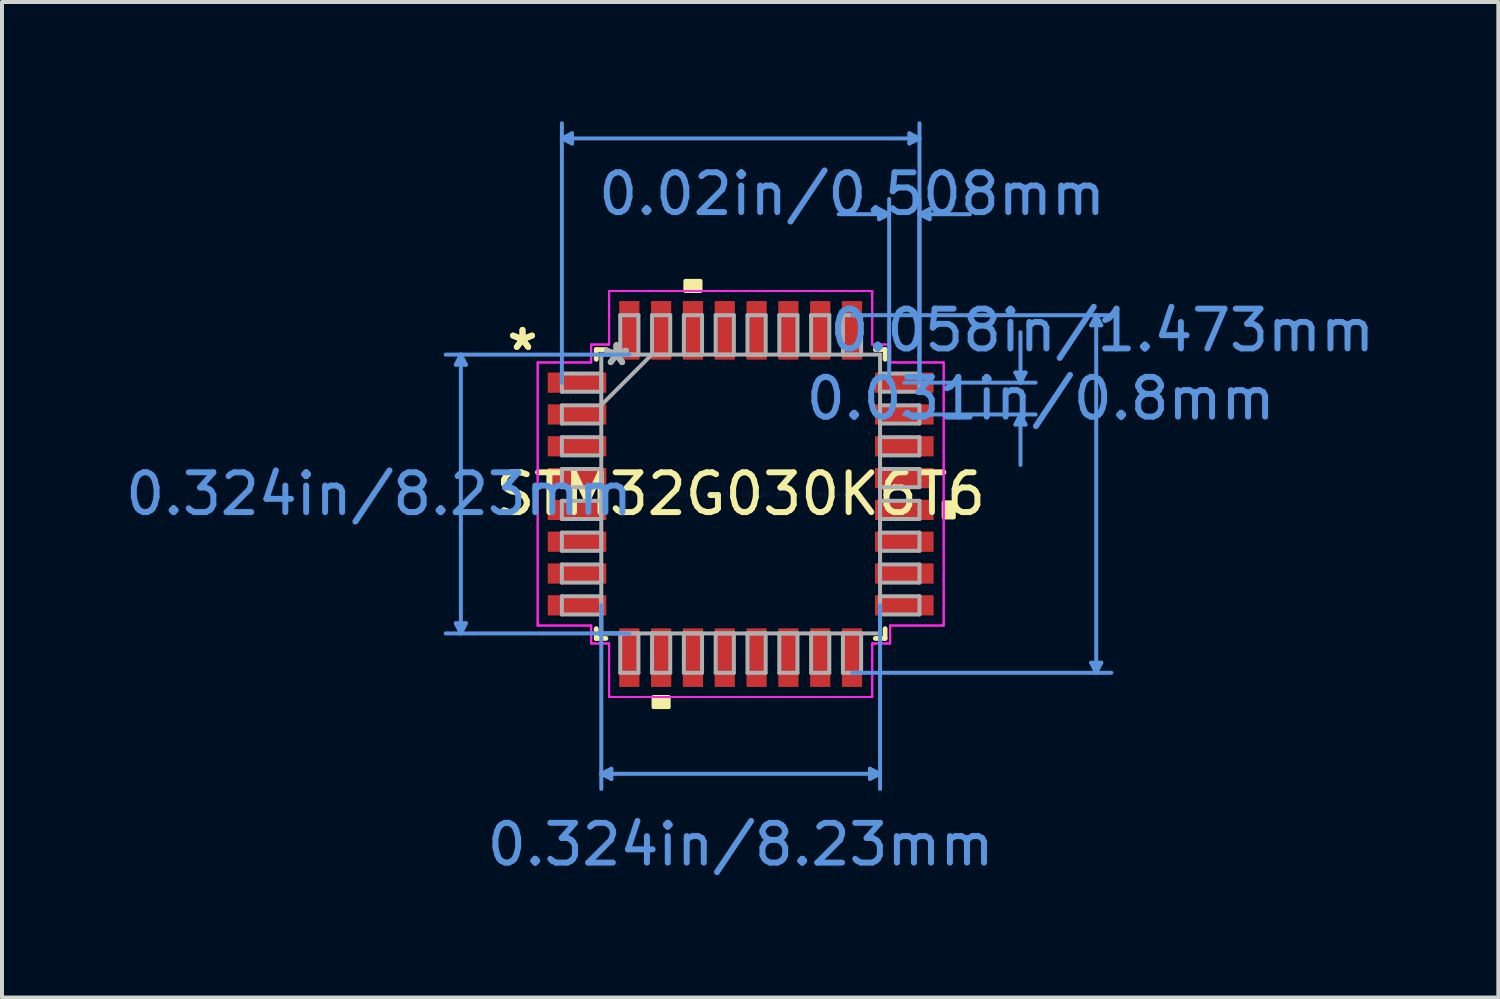
<source format=kicad_pcb>
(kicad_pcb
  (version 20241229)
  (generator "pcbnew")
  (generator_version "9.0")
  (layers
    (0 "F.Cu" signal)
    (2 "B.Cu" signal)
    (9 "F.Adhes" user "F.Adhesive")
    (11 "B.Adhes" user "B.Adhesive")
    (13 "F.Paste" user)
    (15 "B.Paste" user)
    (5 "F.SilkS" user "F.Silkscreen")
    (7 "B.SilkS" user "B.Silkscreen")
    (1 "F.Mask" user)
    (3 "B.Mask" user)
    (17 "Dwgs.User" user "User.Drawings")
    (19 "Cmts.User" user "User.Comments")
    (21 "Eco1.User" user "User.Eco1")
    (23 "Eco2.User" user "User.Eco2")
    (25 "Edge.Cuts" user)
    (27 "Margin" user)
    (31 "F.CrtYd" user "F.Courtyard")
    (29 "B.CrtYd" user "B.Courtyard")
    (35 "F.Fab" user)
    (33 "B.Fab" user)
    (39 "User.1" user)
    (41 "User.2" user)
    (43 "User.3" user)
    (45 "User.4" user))
  (footprint "STM32G030K6T6"
    (layer "F.Cu")
    (at 15.575 9.372)
    (property "Reference" "STM32G030K6T6" (at 0 0 0) (layer "F.SilkS") (effects (font (size 1 1) (thickness 0.15))))
    (attr through_hole)
    (fp_line (start -3.632 -3.632) (end -3.632 -3.387) (stroke (width 0.12) (type solid)) (layer "F.SilkS"))
    (fp_line (start -3.632 3.387) (end -3.632 3.632) (stroke (width 0.12) (type solid)) (layer "F.SilkS"))
    (fp_line (start -3.632 3.632) (end -3.387 3.632) (stroke (width 0.12) (type solid)) (layer "F.SilkS"))
    (fp_line (start -3.387 -3.632) (end -3.632 -3.632) (stroke (width 0.12) (type solid)) (layer "F.SilkS"))
    (fp_line (start 3.387 3.632) (end 3.632 3.632) (stroke (width 0.12) (type solid)) (layer "F.SilkS"))
    (fp_line (start 3.632 -3.632) (end 3.387 -3.632) (stroke (width 0.12) (type solid)) (layer "F.SilkS"))
    (fp_line (start 3.632 -3.387) (end 3.632 -3.632) (stroke (width 0.12) (type solid)) (layer "F.SilkS"))
    (fp_line (start 3.632 3.632) (end 3.632 3.387) (stroke (width 0.12) (type solid)) (layer "F.SilkS"))
    (fp_poly (pts (xy -2.191 5.105) (xy -2.191 5.359) (xy -1.81 5.359) (xy -1.81 5.105)) (stroke (width 0.1) (type solid)) (fill yes) (layer "F.SilkS"))
    (fp_poly (pts (xy -1.391 -5.105) (xy -1.391 -5.359) (xy -1.01 -5.359) (xy -1.01 -5.105)) (stroke (width 0.1) (type solid)) (fill yes) (layer "F.SilkS"))
    (fp_poly (pts (xy 5.359 0.209) (xy 5.359 0.59) (xy 5.105 0.59) (xy 5.105 0.209)) (stroke (width 0.1) (type solid)) (fill yes) (layer "F.SilkS"))
    (fp_line (start -7.163 -3.251) (end -6.909 -3.251) (stroke (width 0.1) (type solid)) (layer "Cmts.User"))
    (fp_line (start -7.163 3.251) (end -6.909 3.251) (stroke (width 0.1) (type solid)) (layer "Cmts.User"))
    (fp_line (start -7.036 -3.505) (end -7.163 -3.251) (stroke (width 0.1) (type solid)) (layer "Cmts.User"))
    (fp_line (start -7.036 -3.505) (end -7.036 3.505) (stroke (width 0.1) (type solid)) (layer "Cmts.User"))
    (fp_line (start -7.036 -3.505) (end -6.909 -3.251) (stroke (width 0.1) (type solid)) (layer "Cmts.User"))
    (fp_line (start -7.036 3.505) (end -7.163 3.251) (stroke (width 0.1) (type solid)) (layer "Cmts.User"))
    (fp_line (start -7.036 3.505) (end -6.909 3.251) (stroke (width 0.1) (type solid)) (layer "Cmts.User"))
    (fp_line (start -4.496 -8.941) (end -4.242 -9.068) (stroke (width 0.1) (type solid)) (layer "Cmts.User"))
    (fp_line (start -4.496 -8.941) (end -4.242 -8.814) (stroke (width 0.1) (type solid)) (layer "Cmts.User"))
    (fp_line (start -4.496 -8.941) (end 4.496 -8.941) (stroke (width 0.1) (type solid)) (layer "Cmts.User"))
    (fp_line (start -4.496 -2.8) (end -4.496 -9.322) (stroke (width 0.1) (type solid)) (layer "Cmts.User"))
    (fp_line (start -4.242 -9.068) (end -4.242 -8.814) (stroke (width 0.1) (type solid)) (layer "Cmts.User"))
    (fp_line (start -3.505 2.8) (end -3.505 7.417) (stroke (width 0.1) (type solid)) (layer "Cmts.User"))
    (fp_line (start -3.505 7.036) (end -3.251 6.909) (stroke (width 0.1) (type solid)) (layer "Cmts.User"))
    (fp_line (start -3.505 7.036) (end -3.251 7.163) (stroke (width 0.1) (type solid)) (layer "Cmts.User"))
    (fp_line (start -3.505 7.036) (end 3.505 7.036) (stroke (width 0.1) (type solid)) (layer "Cmts.User"))
    (fp_line (start -3.251 6.909) (end -3.251 7.163) (stroke (width 0.1) (type solid)) (layer "Cmts.User"))
    (fp_line (start -2.8 -3.505) (end -7.417 -3.505) (stroke (width 0.1) (type solid)) (layer "Cmts.User"))
    (fp_line (start -2.8 3.505) (end -7.417 3.505) (stroke (width 0.1) (type solid)) (layer "Cmts.User"))
    (fp_line (start 2.8 -4.496) (end 9.322 -4.496) (stroke (width 0.1) (type solid)) (layer "Cmts.User"))
    (fp_line (start 2.8 4.496) (end 9.322 4.496) (stroke (width 0.1) (type solid)) (layer "Cmts.User"))
    (fp_line (start 3.251 6.909) (end 3.251 7.163) (stroke (width 0.1) (type solid)) (layer "Cmts.User"))
    (fp_line (start 3.48 -7.163) (end 3.48 -6.909) (stroke (width 0.1) (type solid)) (layer "Cmts.User"))
    (fp_line (start 3.505 2.8) (end 3.505 7.417) (stroke (width 0.1) (type solid)) (layer "Cmts.User"))
    (fp_line (start 3.505 7.036) (end 3.251 6.909) (stroke (width 0.1) (type solid)) (layer "Cmts.User"))
    (fp_line (start 3.505 7.036) (end 3.251 7.163) (stroke (width 0.1) (type solid)) (layer "Cmts.User"))
    (fp_line (start 3.734 -7.036) (end 2.464 -7.036) (stroke (width 0.1) (type solid)) (layer "Cmts.User"))
    (fp_line (start 3.734 -7.036) (end 3.48 -7.163) (stroke (width 0.1) (type solid)) (layer "Cmts.User"))
    (fp_line (start 3.734 -7.036) (end 3.48 -6.909) (stroke (width 0.1) (type solid)) (layer "Cmts.User"))
    (fp_line (start 3.734 -2.8) (end 3.734 -7.417) (stroke (width 0.1) (type solid)) (layer "Cmts.User"))
    (fp_line (start 4.115 -2.8) (end 7.417 -2.8) (stroke (width 0.1) (type solid)) (layer "Cmts.User"))
    (fp_line (start 4.115 -2) (end 7.417 -2) (stroke (width 0.1) (type solid)) (layer "Cmts.User"))
    (fp_line (start 4.242 -9.068) (end 4.242 -8.814) (stroke (width 0.1) (type solid)) (layer "Cmts.User"))
    (fp_line (start 4.496 -8.941) (end 4.242 -9.068) (stroke (width 0.1) (type solid)) (layer "Cmts.User"))
    (fp_line (start 4.496 -8.941) (end 4.242 -8.814) (stroke (width 0.1) (type solid)) (layer "Cmts.User"))
    (fp_line (start 4.496 -7.036) (end 4.75 -7.163) (stroke (width 0.1) (type solid)) (layer "Cmts.User"))
    (fp_line (start 4.496 -7.036) (end 4.75 -6.909) (stroke (width 0.1) (type solid)) (layer "Cmts.User"))
    (fp_line (start 4.496 -7.036) (end 5.766 -7.036) (stroke (width 0.1) (type solid)) (layer "Cmts.User"))
    (fp_line (start 4.496 -2.8) (end 4.496 -9.322) (stroke (width 0.1) (type solid)) (layer "Cmts.User"))
    (fp_line (start 4.496 -2.8) (end 4.496 -7.417) (stroke (width 0.1) (type solid)) (layer "Cmts.User"))
    (fp_line (start 4.75 -7.163) (end 4.75 -6.909) (stroke (width 0.1) (type solid)) (layer "Cmts.User"))
    (fp_line (start 6.909 -3.054) (end 7.163 -3.054) (stroke (width 0.1) (type solid)) (layer "Cmts.User"))
    (fp_line (start 6.909 -1.746) (end 7.163 -1.746) (stroke (width 0.1) (type solid)) (layer "Cmts.User"))
    (fp_line (start 7.036 -2.8) (end 6.909 -3.054) (stroke (width 0.1) (type solid)) (layer "Cmts.User"))
    (fp_line (start 7.036 -2.8) (end 7.036 -4.07) (stroke (width 0.1) (type solid)) (layer "Cmts.User"))
    (fp_line (start 7.036 -2.8) (end 7.163 -3.054) (stroke (width 0.1) (type solid)) (layer "Cmts.User"))
    (fp_line (start 7.036 -2) (end 6.909 -1.746) (stroke (width 0.1) (type solid)) (layer "Cmts.User"))
    (fp_line (start 7.036 -2) (end 7.036 -0.73) (stroke (width 0.1) (type solid)) (layer "Cmts.User"))
    (fp_line (start 7.036 -2) (end 7.163 -1.746) (stroke (width 0.1) (type solid)) (layer "Cmts.User"))
    (fp_line (start 8.814 -4.242) (end 9.068 -4.242) (stroke (width 0.1) (type solid)) (layer "Cmts.User"))
    (fp_line (start 8.814 4.242) (end 9.068 4.242) (stroke (width 0.1) (type solid)) (layer "Cmts.User"))
    (fp_line (start 8.941 -4.496) (end 8.814 -4.242) (stroke (width 0.1) (type solid)) (layer "Cmts.User"))
    (fp_line (start 8.941 -4.496) (end 8.941 4.496) (stroke (width 0.1) (type solid)) (layer "Cmts.User"))
    (fp_line (start 8.941 -4.496) (end 9.068 -4.242) (stroke (width 0.1) (type solid)) (layer "Cmts.User"))
    (fp_line (start 8.941 4.496) (end 8.814 4.242) (stroke (width 0.1) (type solid)) (layer "Cmts.User"))
    (fp_line (start 8.941 4.496) (end 9.068 4.242) (stroke (width 0.1) (type solid)) (layer "Cmts.User"))
    (fp_line (start -5.105 -3.308) (end -3.759 -3.308) (stroke (width 0.05) (type solid)) (layer "F.CrtYd"))
    (fp_line (start -5.105 -3.308) (end -3.759 -3.308) (stroke (width 0.05) (type solid)) (layer "F.CrtYd"))
    (fp_line (start -5.105 3.308) (end -5.105 -3.308) (stroke (width 0.05) (type solid)) (layer "F.CrtYd"))
    (fp_line (start -5.105 3.308) (end -5.105 -3.308) (stroke (width 0.05) (type solid)) (layer "F.CrtYd"))
    (fp_line (start -3.759 -3.759) (end -3.308 -3.759) (stroke (width 0.05) (type solid)) (layer "F.CrtYd"))
    (fp_line (start -3.759 -3.759) (end -3.308 -3.759) (stroke (width 0.05) (type solid)) (layer "F.CrtYd"))
    (fp_line (start -3.759 -3.308) (end -3.759 -3.759) (stroke (width 0.05) (type solid)) (layer "F.CrtYd"))
    (fp_line (start -3.759 -3.308) (end -3.759 -3.759) (stroke (width 0.05) (type solid)) (layer "F.CrtYd"))
    (fp_line (start -3.759 3.308) (end -5.105 3.308) (stroke (width 0.05) (type solid)) (layer "F.CrtYd"))
    (fp_line (start -3.759 3.308) (end -5.105 3.308) (stroke (width 0.05) (type solid)) (layer "F.CrtYd"))
    (fp_line (start -3.759 3.759) (end -3.759 3.308) (stroke (width 0.05) (type solid)) (layer "F.CrtYd"))
    (fp_line (start -3.759 3.759) (end -3.759 3.308) (stroke (width 0.05) (type solid)) (layer "F.CrtYd"))
    (fp_line (start -3.759 3.759) (end -3.308 3.759) (stroke (width 0.05) (type solid)) (layer "F.CrtYd"))
    (fp_line (start -3.308 -5.105) (end 3.308 -5.105) (stroke (width 0.05) (type solid)) (layer "F.CrtYd"))
    (fp_line (start -3.308 -5.105) (end 3.308 -5.105) (stroke (width 0.05) (type solid)) (layer "F.CrtYd"))
    (fp_line (start -3.308 -3.759) (end -3.308 -5.105) (stroke (width 0.05) (type solid)) (layer "F.CrtYd"))
    (fp_line (start -3.308 -3.759) (end -3.308 -5.105) (stroke (width 0.05) (type solid)) (layer "F.CrtYd"))
    (fp_line (start -3.308 3.759) (end -3.759 3.759) (stroke (width 0.05) (type solid)) (layer "F.CrtYd"))
    (fp_line (start -3.308 3.759) (end -3.308 5.105) (stroke (width 0.05) (type solid)) (layer "F.CrtYd"))
    (fp_line (start -3.308 5.105) (end -3.308 3.759) (stroke (width 0.05) (type solid)) (layer "F.CrtYd"))
    (fp_line (start -3.308 5.105) (end 3.308 5.105) (stroke (width 0.05) (type solid)) (layer "F.CrtYd"))
    (fp_line (start 3.308 -5.105) (end 3.308 -3.759) (stroke (width 0.05) (type solid)) (layer "F.CrtYd"))
    (fp_line (start 3.308 -5.105) (end 3.308 -3.759) (stroke (width 0.05) (type solid)) (layer "F.CrtYd"))
    (fp_line (start 3.308 -3.759) (end 3.759 -3.759) (stroke (width 0.05) (type solid)) (layer "F.CrtYd"))
    (fp_line (start 3.308 -3.759) (end 3.759 -3.759) (stroke (width 0.05) (type solid)) (layer "F.CrtYd"))
    (fp_line (start 3.308 3.759) (end 3.308 5.105) (stroke (width 0.05) (type solid)) (layer "F.CrtYd"))
    (fp_line (start 3.308 3.759) (end 3.759 3.759) (stroke (width 0.05) (type solid)) (layer "F.CrtYd"))
    (fp_line (start 3.308 5.105) (end -3.308 5.105) (stroke (width 0.05) (type solid)) (layer "F.CrtYd"))
    (fp_line (start 3.308 5.105) (end 3.308 3.759) (stroke (width 0.05) (type solid)) (layer "F.CrtYd"))
    (fp_line (start 3.759 -3.759) (end 3.759 -3.308) (stroke (width 0.05) (type solid)) (layer "F.CrtYd"))
    (fp_line (start 3.759 -3.308) (end 3.759 -3.759) (stroke (width 0.05) (type solid)) (layer "F.CrtYd"))
    (fp_line (start 3.759 -3.308) (end 5.105 -3.308) (stroke (width 0.05) (type solid)) (layer "F.CrtYd"))
    (fp_line (start 3.759 3.308) (end 3.759 3.759) (stroke (width 0.05) (type solid)) (layer "F.CrtYd"))
    (fp_line (start 3.759 3.308) (end 5.105 3.308) (stroke (width 0.05) (type solid)) (layer "F.CrtYd"))
    (fp_line (start 3.759 3.759) (end 3.308 3.759) (stroke (width 0.05) (type solid)) (layer "F.CrtYd"))
    (fp_line (start 3.759 3.759) (end 3.759 3.308) (stroke (width 0.05) (type solid)) (layer "F.CrtYd"))
    (fp_line (start 5.105 -3.308) (end 3.759 -3.308) (stroke (width 0.05) (type solid)) (layer "F.CrtYd"))
    (fp_line (start 5.105 -3.308) (end 5.105 3.308) (stroke (width 0.05) (type solid)) (layer "F.CrtYd"))
    (fp_line (start 5.105 3.308) (end 3.759 3.308) (stroke (width 0.05) (type solid)) (layer "F.CrtYd"))
    (fp_line (start 5.105 3.308) (end 5.105 -3.308) (stroke (width 0.05) (type solid)) (layer "F.CrtYd"))
    (fp_line (start -4.496 -3.029) (end -4.496 -2.571) (stroke (width 0.1) (type solid)) (layer "F.Fab"))
    (fp_line (start -4.496 -2.571) (end -3.505 -2.571) (stroke (width 0.1) (type solid)) (layer "F.Fab"))
    (fp_line (start -4.496 -2.229) (end -4.496 -1.771) (stroke (width 0.1) (type solid)) (layer "F.Fab"))
    (fp_line (start -4.496 -1.771) (end -3.505 -1.771) (stroke (width 0.1) (type solid)) (layer "F.Fab"))
    (fp_line (start -4.496 -1.429) (end -4.496 -0.971) (stroke (width 0.1) (type solid)) (layer "F.Fab"))
    (fp_line (start -4.496 -0.971) (end -3.505 -0.971) (stroke (width 0.1) (type solid)) (layer "F.Fab"))
    (fp_line (start -4.496 -0.629) (end -4.496 -0.171) (stroke (width 0.1) (type solid)) (layer "F.Fab"))
    (fp_line (start -4.496 -0.171) (end -3.505 -0.171) (stroke (width 0.1) (type solid)) (layer "F.Fab"))
    (fp_line (start -4.496 0.171) (end -4.496 0.629) (stroke (width 0.1) (type solid)) (layer "F.Fab"))
    (fp_line (start -4.496 0.629) (end -3.505 0.629) (stroke (width 0.1) (type solid)) (layer "F.Fab"))
    (fp_line (start -4.496 0.971) (end -4.496 1.429) (stroke (width 0.1) (type solid)) (layer "F.Fab"))
    (fp_line (start -4.496 1.429) (end -3.505 1.429) (stroke (width 0.1) (type solid)) (layer "F.Fab"))
    (fp_line (start -4.496 1.771) (end -4.496 2.229) (stroke (width 0.1) (type solid)) (layer "F.Fab"))
    (fp_line (start -4.496 2.229) (end -3.505 2.229) (stroke (width 0.1) (type solid)) (layer "F.Fab"))
    (fp_line (start -4.496 2.571) (end -4.496 3.029) (stroke (width 0.1) (type solid)) (layer "F.Fab"))
    (fp_line (start -4.496 3.029) (end -3.505 3.029) (stroke (width 0.1) (type solid)) (layer "F.Fab"))
    (fp_line (start -3.505 -3.505) (end -3.505 -3.505) (stroke (width 0.1) (type solid)) (layer "F.Fab"))
    (fp_line (start -3.505 -3.505) (end -3.505 3.505) (stroke (width 0.1) (type solid)) (layer "F.Fab"))
    (fp_line (start -3.505 -3.029) (end -4.496 -3.029) (stroke (width 0.1) (type solid)) (layer "F.Fab"))
    (fp_line (start -3.505 -2.571) (end -3.505 -3.029) (stroke (width 0.1) (type solid)) (layer "F.Fab"))
    (fp_line (start -3.505 -2.235) (end -2.235 -3.505) (stroke (width 0.1) (type solid)) (layer "F.Fab"))
    (fp_line (start -3.505 -2.229) (end -4.496 -2.229) (stroke (width 0.1) (type solid)) (layer "F.Fab"))
    (fp_line (start -3.505 -1.771) (end -3.505 -2.229) (stroke (width 0.1) (type solid)) (layer "F.Fab"))
    (fp_line (start -3.505 -1.429) (end -4.496 -1.429) (stroke (width 0.1) (type solid)) (layer "F.Fab"))
    (fp_line (start -3.505 -0.971) (end -3.505 -1.429) (stroke (width 0.1) (type solid)) (layer "F.Fab"))
    (fp_line (start -3.505 -0.629) (end -4.496 -0.629) (stroke (width 0.1) (type solid)) (layer "F.Fab"))
    (fp_line (start -3.505 -0.171) (end -3.505 -0.629) (stroke (width 0.1) (type solid)) (layer "F.Fab"))
    (fp_line (start -3.505 0.171) (end -4.496 0.171) (stroke (width 0.1) (type solid)) (layer "F.Fab"))
    (fp_line (start -3.505 0.629) (end -3.505 0.171) (stroke (width 0.1) (type solid)) (layer "F.Fab"))
    (fp_line (start -3.505 0.971) (end -4.496 0.971) (stroke (width 0.1) (type solid)) (layer "F.Fab"))
    (fp_line (start -3.505 1.429) (end -3.505 0.971) (stroke (width 0.1) (type solid)) (layer "F.Fab"))
    (fp_line (start -3.505 1.771) (end -4.496 1.771) (stroke (width 0.1) (type solid)) (layer "F.Fab"))
    (fp_line (start -3.505 2.229) (end -3.505 1.771) (stroke (width 0.1) (type solid)) (layer "F.Fab"))
    (fp_line (start -3.505 2.571) (end -4.496 2.571) (stroke (width 0.1) (type solid)) (layer "F.Fab"))
    (fp_line (start -3.505 3.029) (end -3.505 2.571) (stroke (width 0.1) (type solid)) (layer "F.Fab"))
    (fp_line (start -3.505 3.505) (end -3.505 3.505) (stroke (width 0.1) (type solid)) (layer "F.Fab"))
    (fp_line (start -3.505 3.505) (end 3.505 3.505) (stroke (width 0.1) (type solid)) (layer "F.Fab"))
    (fp_line (start -3.029 -4.496) (end -3.029 -3.505) (stroke (width 0.1) (type solid)) (layer "F.Fab"))
    (fp_line (start -3.029 -3.505) (end -2.571 -3.505) (stroke (width 0.1) (type solid)) (layer "F.Fab"))
    (fp_line (start -3.029 3.505) (end -3.029 4.496) (stroke (width 0.1) (type solid)) (layer "F.Fab"))
    (fp_line (start -3.029 4.496) (end -2.571 4.496) (stroke (width 0.1) (type solid)) (layer "F.Fab"))
    (fp_line (start -2.571 -4.496) (end -3.029 -4.496) (stroke (width 0.1) (type solid)) (layer "F.Fab"))
    (fp_line (start -2.571 -3.505) (end -2.571 -4.496) (stroke (width 0.1) (type solid)) (layer "F.Fab"))
    (fp_line (start -2.571 3.505) (end -3.029 3.505) (stroke (width 0.1) (type solid)) (layer "F.Fab"))
    (fp_line (start -2.571 4.496) (end -2.571 3.505) (stroke (width 0.1) (type solid)) (layer "F.Fab"))
    (fp_line (start -2.229 -4.496) (end -2.229 -3.505) (stroke (width 0.1) (type solid)) (layer "F.Fab"))
    (fp_line (start -2.229 -3.505) (end -1.771 -3.505) (stroke (width 0.1) (type solid)) (layer "F.Fab"))
    (fp_line (start -2.229 3.505) (end -2.229 4.496) (stroke (width 0.1) (type solid)) (layer "F.Fab"))
    (fp_line (start -2.229 4.496) (end -1.771 4.496) (stroke (width 0.1) (type solid)) (layer "F.Fab"))
    (fp_line (start -1.771 -4.496) (end -2.229 -4.496) (stroke (width 0.1) (type solid)) (layer "F.Fab"))
    (fp_line (start -1.771 -3.505) (end -1.771 -4.496) (stroke (width 0.1) (type solid)) (layer "F.Fab"))
    (fp_line (start -1.771 3.505) (end -2.229 3.505) (stroke (width 0.1) (type solid)) (layer "F.Fab"))
    (fp_line (start -1.771 4.496) (end -1.771 3.505) (stroke (width 0.1) (type solid)) (layer "F.Fab"))
    (fp_line (start -1.429 -4.496) (end -1.429 -3.505) (stroke (width 0.1) (type solid)) (layer "F.Fab"))
    (fp_line (start -1.429 -3.505) (end -0.971 -3.505) (stroke (width 0.1) (type solid)) (layer "F.Fab"))
    (fp_line (start -1.429 3.505) (end -1.429 4.496) (stroke (width 0.1) (type solid)) (layer "F.Fab"))
    (fp_line (start -1.429 4.496) (end -0.971 4.496) (stroke (width 0.1) (type solid)) (layer "F.Fab"))
    (fp_line (start -0.971 -4.496) (end -1.429 -4.496) (stroke (width 0.1) (type solid)) (layer "F.Fab"))
    (fp_line (start -0.971 -3.505) (end -0.971 -4.496) (stroke (width 0.1) (type solid)) (layer "F.Fab"))
    (fp_line (start -0.971 3.505) (end -1.429 3.505) (stroke (width 0.1) (type solid)) (layer "F.Fab"))
    (fp_line (start -0.971 4.496) (end -0.971 3.505) (stroke (width 0.1) (type solid)) (layer "F.Fab"))
    (fp_line (start -0.629 -4.496) (end -0.629 -3.505) (stroke (width 0.1) (type solid)) (layer "F.Fab"))
    (fp_line (start -0.629 -3.505) (end -0.171 -3.505) (stroke (width 0.1) (type solid)) (layer "F.Fab"))
    (fp_line (start -0.629 3.505) (end -0.629 4.496) (stroke (width 0.1) (type solid)) (layer "F.Fab"))
    (fp_line (start -0.629 4.496) (end -0.171 4.496) (stroke (width 0.1) (type solid)) (layer "F.Fab"))
    (fp_line (start -0.171 -4.496) (end -0.629 -4.496) (stroke (width 0.1) (type solid)) (layer "F.Fab"))
    (fp_line (start -0.171 -3.505) (end -0.171 -4.496) (stroke (width 0.1) (type solid)) (layer "F.Fab"))
    (fp_line (start -0.171 3.505) (end -0.629 3.505) (stroke (width 0.1) (type solid)) (layer "F.Fab"))
    (fp_line (start -0.171 4.496) (end -0.171 3.505) (stroke (width 0.1) (type solid)) (layer "F.Fab"))
    (fp_line (start 0.171 -4.496) (end 0.171 -3.505) (stroke (width 0.1) (type solid)) (layer "F.Fab"))
    (fp_line (start 0.171 -3.505) (end 0.629 -3.505) (stroke (width 0.1) (type solid)) (layer "F.Fab"))
    (fp_line (start 0.171 3.505) (end 0.171 4.496) (stroke (width 0.1) (type solid)) (layer "F.Fab"))
    (fp_line (start 0.171 4.496) (end 0.629 4.496) (stroke (width 0.1) (type solid)) (layer "F.Fab"))
    (fp_line (start 0.629 -4.496) (end 0.171 -4.496) (stroke (width 0.1) (type solid)) (layer "F.Fab"))
    (fp_line (start 0.629 -3.505) (end 0.629 -4.496) (stroke (width 0.1) (type solid)) (layer "F.Fab"))
    (fp_line (start 0.629 3.505) (end 0.171 3.505) (stroke (width 0.1) (type solid)) (layer "F.Fab"))
    (fp_line (start 0.629 4.496) (end 0.629 3.505) (stroke (width 0.1) (type solid)) (layer "F.Fab"))
    (fp_line (start 0.971 -4.496) (end 0.971 -3.505) (stroke (width 0.1) (type solid)) (layer "F.Fab"))
    (fp_line (start 0.971 -3.505) (end 1.429 -3.505) (stroke (width 0.1) (type solid)) (layer "F.Fab"))
    (fp_line (start 0.971 3.505) (end 0.971 4.496) (stroke (width 0.1) (type solid)) (layer "F.Fab"))
    (fp_line (start 0.971 4.496) (end 1.429 4.496) (stroke (width 0.1) (type solid)) (layer "F.Fab"))
    (fp_line (start 1.429 -4.496) (end 0.971 -4.496) (stroke (width 0.1) (type solid)) (layer "F.Fab"))
    (fp_line (start 1.429 -3.505) (end 1.429 -4.496) (stroke (width 0.1) (type solid)) (layer "F.Fab"))
    (fp_line (start 1.429 3.505) (end 0.971 3.505) (stroke (width 0.1) (type solid)) (layer "F.Fab"))
    (fp_line (start 1.429 4.496) (end 1.429 3.505) (stroke (width 0.1) (type solid)) (layer "F.Fab"))
    (fp_line (start 1.771 -4.496) (end 1.771 -3.505) (stroke (width 0.1) (type solid)) (layer "F.Fab"))
    (fp_line (start 1.771 -3.505) (end 2.229 -3.505) (stroke (width 0.1) (type solid)) (layer "F.Fab"))
    (fp_line (start 1.771 3.505) (end 1.771 4.496) (stroke (width 0.1) (type solid)) (layer "F.Fab"))
    (fp_line (start 1.771 4.496) (end 2.229 4.496) (stroke (width 0.1) (type solid)) (layer "F.Fab"))
    (fp_line (start 2.229 -4.496) (end 1.771 -4.496) (stroke (width 0.1) (type solid)) (layer "F.Fab"))
    (fp_line (start 2.229 -3.505) (end 2.229 -4.496) (stroke (width 0.1) (type solid)) (layer "F.Fab"))
    (fp_line (start 2.229 3.505) (end 1.771 3.505) (stroke (width 0.1) (type solid)) (layer "F.Fab"))
    (fp_line (start 2.229 4.496) (end 2.229 3.505) (stroke (width 0.1) (type solid)) (layer "F.Fab"))
    (fp_line (start 2.571 -4.496) (end 2.571 -3.505) (stroke (width 0.1) (type solid)) (layer "F.Fab"))
    (fp_line (start 2.571 -3.505) (end 3.029 -3.505) (stroke (width 0.1) (type solid)) (layer "F.Fab"))
    (fp_line (start 2.571 3.505) (end 2.571 4.496) (stroke (width 0.1) (type solid)) (layer "F.Fab"))
    (fp_line (start 2.571 4.496) (end 3.029 4.496) (stroke (width 0.1) (type solid)) (layer "F.Fab"))
    (fp_line (start 3.029 -4.496) (end 2.571 -4.496) (stroke (width 0.1) (type solid)) (layer "F.Fab"))
    (fp_line (start 3.029 -3.505) (end 3.029 -4.496) (stroke (width 0.1) (type solid)) (layer "F.Fab"))
    (fp_line (start 3.029 3.505) (end 2.571 3.505) (stroke (width 0.1) (type solid)) (layer "F.Fab"))
    (fp_line (start 3.029 4.496) (end 3.029 3.505) (stroke (width 0.1) (type solid)) (layer "F.Fab"))
    (fp_line (start 3.505 -3.505) (end -3.505 -3.505) (stroke (width 0.1) (type solid)) (layer "F.Fab"))
    (fp_line (start 3.505 -3.505) (end 3.505 -3.505) (stroke (width 0.1) (type solid)) (layer "F.Fab"))
    (fp_line (start 3.505 -3.029) (end 3.505 -2.571) (stroke (width 0.1) (type solid)) (layer "F.Fab"))
    (fp_line (start 3.505 -2.571) (end 4.496 -2.571) (stroke (width 0.1) (type solid)) (layer "F.Fab"))
    (fp_line (start 3.505 -2.229) (end 3.505 -1.771) (stroke (width 0.1) (type solid)) (layer "F.Fab"))
    (fp_line (start 3.505 -1.771) (end 4.496 -1.771) (stroke (width 0.1) (type solid)) (layer "F.Fab"))
    (fp_line (start 3.505 -1.429) (end 3.505 -0.971) (stroke (width 0.1) (type solid)) (layer "F.Fab"))
    (fp_line (start 3.505 -0.971) (end 4.496 -0.971) (stroke (width 0.1) (type solid)) (layer "F.Fab"))
    (fp_line (start 3.505 -0.629) (end 3.505 -0.171) (stroke (width 0.1) (type solid)) (layer "F.Fab"))
    (fp_line (start 3.505 -0.171) (end 4.496 -0.171) (stroke (width 0.1) (type solid)) (layer "F.Fab"))
    (fp_line (start 3.505 0.171) (end 3.505 0.629) (stroke (width 0.1) (type solid)) (layer "F.Fab"))
    (fp_line (start 3.505 0.629) (end 4.496 0.629) (stroke (width 0.1) (type solid)) (layer "F.Fab"))
    (fp_line (start 3.505 0.971) (end 3.505 1.429) (stroke (width 0.1) (type solid)) (layer "F.Fab"))
    (fp_line (start 3.505 1.429) (end 4.496 1.429) (stroke (width 0.1) (type solid)) (layer "F.Fab"))
    (fp_line (start 3.505 1.771) (end 3.505 2.229) (stroke (width 0.1) (type solid)) (layer "F.Fab"))
    (fp_line (start 3.505 2.229) (end 4.496 2.229) (stroke (width 0.1) (type solid)) (layer "F.Fab"))
    (fp_line (start 3.505 2.571) (end 3.505 3.029) (stroke (width 0.1) (type solid)) (layer "F.Fab"))
    (fp_line (start 3.505 3.029) (end 4.496 3.029) (stroke (width 0.1) (type solid)) (layer "F.Fab"))
    (fp_line (start 3.505 3.505) (end 3.505 -3.505) (stroke (width 0.1) (type solid)) (layer "F.Fab"))
    (fp_line (start 3.505 3.505) (end 3.505 3.505) (stroke (width 0.1) (type solid)) (layer "F.Fab"))
    (fp_line (start 4.496 -3.029) (end 3.505 -3.029) (stroke (width 0.1) (type solid)) (layer "F.Fab"))
    (fp_line (start 4.496 -2.571) (end 4.496 -3.029) (stroke (width 0.1) (type solid)) (layer "F.Fab"))
    (fp_line (start 4.496 -2.229) (end 3.505 -2.229) (stroke (width 0.1) (type solid)) (layer "F.Fab"))
    (fp_line (start 4.496 -1.771) (end 4.496 -2.229) (stroke (width 0.1) (type solid)) (layer "F.Fab"))
    (fp_line (start 4.496 -1.429) (end 3.505 -1.429) (stroke (width 0.1) (type solid)) (layer "F.Fab"))
    (fp_line (start 4.496 -0.971) (end 4.496 -1.429) (stroke (width 0.1) (type solid)) (layer "F.Fab"))
    (fp_line (start 4.496 -0.629) (end 3.505 -0.629) (stroke (width 0.1) (type solid)) (layer "F.Fab"))
    (fp_line (start 4.496 -0.171) (end 4.496 -0.629) (stroke (width 0.1) (type solid)) (layer "F.Fab"))
    (fp_line (start 4.496 0.171) (end 3.505 0.171) (stroke (width 0.1) (type solid)) (layer "F.Fab"))
    (fp_line (start 4.496 0.629) (end 4.496 0.171) (stroke (width 0.1) (type solid)) (layer "F.Fab"))
    (fp_line (start 4.496 0.971) (end 3.505 0.971) (stroke (width 0.1) (type solid)) (layer "F.Fab"))
    (fp_line (start 4.496 1.429) (end 4.496 0.971) (stroke (width 0.1) (type solid)) (layer "F.Fab"))
    (fp_line (start 4.496 1.771) (end 3.505 1.771) (stroke (width 0.1) (type solid)) (layer "F.Fab"))
    (fp_line (start 4.496 2.229) (end 4.496 1.771) (stroke (width 0.1) (type solid)) (layer "F.Fab"))
    (fp_line (start 4.496 2.571) (end 3.505 2.571) (stroke (width 0.1) (type solid)) (layer "F.Fab"))
    (fp_line (start 4.496 3.029) (end 4.496 2.571) (stroke (width 0.1) (type solid)) (layer "F.Fab"))
    (fp_text user "*" (at -5.486 -3.581 0) (layer "F.SilkS") (effects (font (size 1 1) (thickness 0.15))))
    (fp_text user "*" (at -5.486 -3.581 0) (layer "F.SilkS") (effects (font (size 1 1) (thickness 0.15))))
    (fp_text user "0.058in/1.473mm" (at 9.093 -4.115 0) (layer "Cmts.User") (effects (font (size 1 1) (thickness 0.15))))
    (fp_text user "0.031in/0.8mm" (at 7.544 -2.4 0) (layer "Cmts.User") (effects (font (size 1 1) (thickness 0.15))))
    (fp_text user "Copyright 2021 Accelerated Designs. All rights reserved." (at 0 0 0) (layer "Cmts.User") (effects (font (size 0.127 0.127) (thickness 0.002))))
    (fp_text user "0.324in/8.23mm" (at 0 8.814 0) (layer "Cmts.User") (effects (font (size 1 1) (thickness 0.15))))
    (fp_text user "0.02in/0.508mm" (at 2.8 -7.544 0) (layer "Cmts.User") (effects (font (size 1 1) (thickness 0.15))))
    (fp_text user "0.324in/8.23mm" (at -9.093 0 0) (layer "Cmts.User") (effects (font (size 1 1) (thickness 0.15))))
    (fp_text user "*" (at -3.124 -3.2 0) (layer "F.Fab") (effects (font (size 1 1) (thickness 0.15))))
    (fp_text user "*" (at -3.124 -3.2 0) (layer "F.Fab") (effects (font (size 1 1) (thickness 0.15))))
    (pad "1" smd rect (at -4.115 -2.8 90) (size 0.508 1.473) (layers "F.Cu" "F.Mask" "F.Paste"))
    (pad "2" smd rect (at -4.115 -2 90) (size 0.508 1.473) (layers "F.Cu" "F.Mask" "F.Paste"))
    (pad "3" smd rect (at -4.115 -1.2 90) (size 0.508 1.473) (layers "F.Cu" "F.Mask" "F.Paste"))
    (pad "4" smd rect (at -4.115 -0.4 90) (size 0.508 1.473) (layers "F.Cu" "F.Mask" "F.Paste"))
    (pad "5" smd rect (at -4.115 0.4 90) (size 0.508 1.473) (layers "F.Cu" "F.Mask" "F.Paste"))
    (pad "6" smd rect (at -4.115 1.2 90) (size 0.508 1.473) (layers "F.Cu" "F.Mask" "F.Paste"))
    (pad "7" smd rect (at -4.115 2 90) (size 0.508 1.473) (layers "F.Cu" "F.Mask" "F.Paste"))
    (pad "8" smd rect (at -4.115 2.8 90) (size 0.508 1.473) (layers "F.Cu" "F.Mask" "F.Paste"))
    (pad "9" smd rect (at -2.8 4.115) (size 0.508 1.473) (layers "F.Cu" "F.Mask" "F.Paste"))
    (pad "10" smd rect (at -2 4.115) (size 0.508 1.473) (layers "F.Cu" "F.Mask" "F.Paste"))
    (pad "11" smd rect (at -1.2 4.115) (size 0.508 1.473) (layers "F.Cu" "F.Mask" "F.Paste"))
    (pad "12" smd rect (at -0.4 4.115) (size 0.508 1.473) (layers "F.Cu" "F.Mask" "F.Paste"))
    (pad "13" smd rect (at 0.4 4.115) (size 0.508 1.473) (layers "F.Cu" "F.Mask" "F.Paste"))
    (pad "14" smd rect (at 1.2 4.115) (size 0.508 1.473) (layers "F.Cu" "F.Mask" "F.Paste"))
    (pad "15" smd rect (at 2 4.115) (size 0.508 1.473) (layers "F.Cu" "F.Mask" "F.Paste"))
    (pad "16" smd rect (at 2.8 4.115) (size 0.508 1.473) (layers "F.Cu" "F.Mask" "F.Paste"))
    (pad "17" smd rect (at 4.115 2.8 90) (size 0.508 1.473) (layers "F.Cu" "F.Mask" "F.Paste"))
    (pad "18" smd rect (at 4.115 2 90) (size 0.508 1.473) (layers "F.Cu" "F.Mask" "F.Paste"))
    (pad "19" smd rect (at 4.115 1.2 90) (size 0.508 1.473) (layers "F.Cu" "F.Mask" "F.Paste"))
    (pad "20" smd rect (at 4.115 0.4 90) (size 0.508 1.473) (layers "F.Cu" "F.Mask" "F.Paste"))
    (pad "21" smd rect (at 4.115 -0.4 90) (size 0.508 1.473) (layers "F.Cu" "F.Mask" "F.Paste"))
    (pad "22" smd rect (at 4.115 -1.2 90) (size 0.508 1.473) (layers "F.Cu" "F.Mask" "F.Paste"))
    (pad "23" smd rect (at 4.115 -2 90) (size 0.508 1.473) (layers "F.Cu" "F.Mask" "F.Paste"))
    (pad "24" smd rect (at 4.115 -2.8 90) (size 0.508 1.473) (layers "F.Cu" "F.Mask" "F.Paste"))
    (pad "25" smd rect (at 2.8 -4.115) (size 0.508 1.473) (layers "F.Cu" "F.Mask" "F.Paste"))
    (pad "26" smd rect (at 2 -4.115) (size 0.508 1.473) (layers "F.Cu" "F.Mask" "F.Paste"))
    (pad "27" smd rect (at 1.2 -4.115) (size 0.508 1.473) (layers "F.Cu" "F.Mask" "F.Paste"))
    (pad "28" smd rect (at 0.4 -4.115) (size 0.508 1.473) (layers "F.Cu" "F.Mask" "F.Paste"))
    (pad "29" smd rect (at -0.4 -4.115) (size 0.508 1.473) (layers "F.Cu" "F.Mask" "F.Paste"))
    (pad "30" smd rect (at -1.2 -4.115) (size 0.508 1.473) (layers "F.Cu" "F.Mask" "F.Paste"))
    (pad "31" smd rect (at -2 -4.115) (size 0.508 1.473) (layers "F.Cu" "F.Mask" "F.Paste"))
    (pad "32" smd rect (at -2.8 -4.115) (size 0.508 1.473) (layers "F.Cu" "F.Mask" "F.Paste")))
  (gr_rect
    (start -3 -3)
    (end 34.627 22.034)
    (stroke (width 0.1) (type default))
    (fill no)
    (layer "Edge.Cuts")))
</source>
